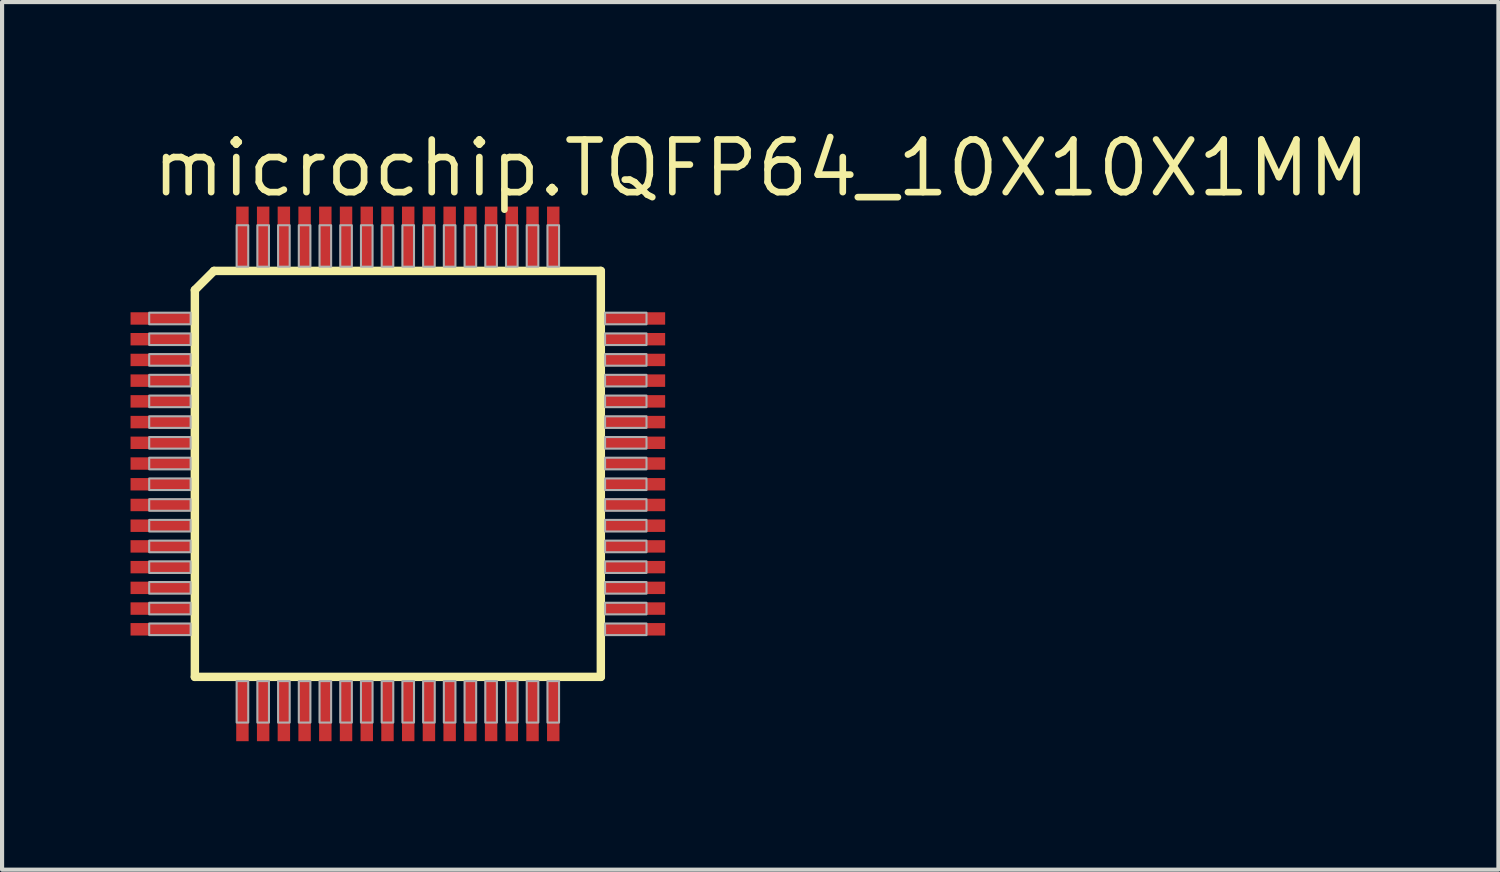
<source format=kicad_pcb>
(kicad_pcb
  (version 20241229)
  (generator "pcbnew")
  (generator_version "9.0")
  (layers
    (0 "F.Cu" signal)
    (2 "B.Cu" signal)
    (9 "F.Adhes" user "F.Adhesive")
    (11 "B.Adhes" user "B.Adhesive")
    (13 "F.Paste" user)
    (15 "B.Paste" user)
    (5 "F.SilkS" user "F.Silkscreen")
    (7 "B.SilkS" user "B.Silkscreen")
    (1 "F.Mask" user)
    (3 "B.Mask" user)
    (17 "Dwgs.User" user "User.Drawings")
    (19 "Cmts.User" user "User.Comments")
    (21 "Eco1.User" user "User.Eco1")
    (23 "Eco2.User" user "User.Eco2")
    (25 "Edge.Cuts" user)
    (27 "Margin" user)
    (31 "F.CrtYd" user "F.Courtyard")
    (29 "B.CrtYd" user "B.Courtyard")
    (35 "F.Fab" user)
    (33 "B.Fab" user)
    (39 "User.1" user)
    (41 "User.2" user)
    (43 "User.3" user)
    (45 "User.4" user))
  (footprint "microchip.TQFP64_10X10X1MM"
    (layer "F.Cu")
    (at 6.55 8.385)
    (property "Reference" "microchip.TQFP64_10X10X1MM" (at -6 -6.635 0) (layer "F.SilkS") (effects (font (size 1.27 1.27) (thickness 0.16)) (justify left bottom)))
    (attr smd)
    (fp_rect (start -6.525 -3.575) (end -4.9 -3.925) (stroke (width 0.05) (type default)) (fill yes) (layer "F.Mask"))
    (fp_rect (start -6.525 -3.075) (end -4.9 -3.425) (stroke (width 0.05) (type default)) (fill yes) (layer "F.Mask"))
    (fp_rect (start -6.525 -2.575) (end -4.9 -2.925) (stroke (width 0.05) (type default)) (fill yes) (layer "F.Mask"))
    (fp_rect (start -6.525 -2.075) (end -4.9 -2.425) (stroke (width 0.05) (type default)) (fill yes) (layer "F.Mask"))
    (fp_rect (start -6.525 -1.575) (end -4.9 -1.925) (stroke (width 0.05) (type default)) (fill yes) (layer "F.Mask"))
    (fp_rect (start -6.525 -1.075) (end -4.9 -1.425) (stroke (width 0.05) (type default)) (fill yes) (layer "F.Mask"))
    (fp_rect (start -6.525 -0.575) (end -4.9 -0.925) (stroke (width 0.05) (type default)) (fill yes) (layer "F.Mask"))
    (fp_rect (start -6.525 -0.075) (end -4.9 -0.425) (stroke (width 0.05) (type default)) (fill yes) (layer "F.Mask"))
    (fp_rect (start -6.525 0.425) (end -4.9 0.075) (stroke (width 0.05) (type default)) (fill yes) (layer "F.Mask"))
    (fp_rect (start -6.525 0.925) (end -4.9 0.575) (stroke (width 0.05) (type default)) (fill yes) (layer "F.Mask"))
    (fp_rect (start -6.525 1.425) (end -4.9 1.075) (stroke (width 0.05) (type default)) (fill yes) (layer "F.Mask"))
    (fp_rect (start -6.525 1.925) (end -4.9 1.575) (stroke (width 0.05) (type default)) (fill yes) (layer "F.Mask"))
    (fp_rect (start -6.525 2.425) (end -4.9 2.075) (stroke (width 0.05) (type default)) (fill yes) (layer "F.Mask"))
    (fp_rect (start -6.525 2.925) (end -4.9 2.575) (stroke (width 0.05) (type default)) (fill yes) (layer "F.Mask"))
    (fp_rect (start -6.525 3.425) (end -4.9 3.075) (stroke (width 0.05) (type default)) (fill yes) (layer "F.Mask"))
    (fp_rect (start -6.525 3.925) (end -4.9 3.575) (stroke (width 0.05) (type default)) (fill yes) (layer "F.Mask"))
    (fp_rect (start -3.925 -4.9) (end -3.575 -6.525) (stroke (width 0.05) (type default)) (fill yes) (layer "F.Mask"))
    (fp_rect (start -3.925 6.525) (end -3.575 4.9) (stroke (width 0.05) (type default)) (fill yes) (layer "F.Mask"))
    (fp_rect (start -3.425 -4.9) (end -3.075 -6.525) (stroke (width 0.05) (type default)) (fill yes) (layer "F.Mask"))
    (fp_rect (start -3.425 6.525) (end -3.075 4.9) (stroke (width 0.05) (type default)) (fill yes) (layer "F.Mask"))
    (fp_rect (start -2.925 -4.9) (end -2.575 -6.525) (stroke (width 0.05) (type default)) (fill yes) (layer "F.Mask"))
    (fp_rect (start -2.925 6.525) (end -2.575 4.9) (stroke (width 0.05) (type default)) (fill yes) (layer "F.Mask"))
    (fp_rect (start -2.425 -4.9) (end -2.075 -6.525) (stroke (width 0.05) (type default)) (fill yes) (layer "F.Mask"))
    (fp_rect (start -2.425 6.525) (end -2.075 4.9) (stroke (width 0.05) (type default)) (fill yes) (layer "F.Mask"))
    (fp_rect (start -1.925 -4.9) (end -1.575 -6.525) (stroke (width 0.05) (type default)) (fill yes) (layer "F.Mask"))
    (fp_rect (start -1.925 6.525) (end -1.575 4.9) (stroke (width 0.05) (type default)) (fill yes) (layer "F.Mask"))
    (fp_rect (start -1.425 -4.9) (end -1.075 -6.525) (stroke (width 0.05) (type default)) (fill yes) (layer "F.Mask"))
    (fp_rect (start -1.425 6.525) (end -1.075 4.9) (stroke (width 0.05) (type default)) (fill yes) (layer "F.Mask"))
    (fp_rect (start -0.925 -4.9) (end -0.575 -6.525) (stroke (width 0.05) (type default)) (fill yes) (layer "F.Mask"))
    (fp_rect (start -0.925 6.525) (end -0.575 4.9) (stroke (width 0.05) (type default)) (fill yes) (layer "F.Mask"))
    (fp_rect (start -0.425 -4.9) (end -0.075 -6.525) (stroke (width 0.05) (type default)) (fill yes) (layer "F.Mask"))
    (fp_rect (start -0.425 6.525) (end -0.075 4.9) (stroke (width 0.05) (type default)) (fill yes) (layer "F.Mask"))
    (fp_rect (start 0.075 -4.9) (end 0.425 -6.525) (stroke (width 0.05) (type default)) (fill yes) (layer "F.Mask"))
    (fp_rect (start 0.075 6.525) (end 0.425 4.9) (stroke (width 0.05) (type default)) (fill yes) (layer "F.Mask"))
    (fp_rect (start 0.575 -4.9) (end 0.925 -6.525) (stroke (width 0.05) (type default)) (fill yes) (layer "F.Mask"))
    (fp_rect (start 0.575 6.525) (end 0.925 4.9) (stroke (width 0.05) (type default)) (fill yes) (layer "F.Mask"))
    (fp_rect (start 1.075 -4.9) (end 1.425 -6.525) (stroke (width 0.05) (type default)) (fill yes) (layer "F.Mask"))
    (fp_rect (start 1.075 6.525) (end 1.425 4.9) (stroke (width 0.05) (type default)) (fill yes) (layer "F.Mask"))
    (fp_rect (start 1.575 -4.9) (end 1.925 -6.525) (stroke (width 0.05) (type default)) (fill yes) (layer "F.Mask"))
    (fp_rect (start 1.575 6.525) (end 1.925 4.9) (stroke (width 0.05) (type default)) (fill yes) (layer "F.Mask"))
    (fp_rect (start 2.075 -4.9) (end 2.425 -6.525) (stroke (width 0.05) (type default)) (fill yes) (layer "F.Mask"))
    (fp_rect (start 2.075 6.525) (end 2.425 4.9) (stroke (width 0.05) (type default)) (fill yes) (layer "F.Mask"))
    (fp_rect (start 2.575 -4.9) (end 2.925 -6.525) (stroke (width 0.05) (type default)) (fill yes) (layer "F.Mask"))
    (fp_rect (start 2.575 6.525) (end 2.925 4.9) (stroke (width 0.05) (type default)) (fill yes) (layer "F.Mask"))
    (fp_rect (start 3.075 -4.9) (end 3.425 -6.525) (stroke (width 0.05) (type default)) (fill yes) (layer "F.Mask"))
    (fp_rect (start 3.075 6.525) (end 3.425 4.9) (stroke (width 0.05) (type default)) (fill yes) (layer "F.Mask"))
    (fp_rect (start 3.575 -4.9) (end 3.925 -6.525) (stroke (width 0.05) (type default)) (fill yes) (layer "F.Mask"))
    (fp_rect (start 3.575 6.525) (end 3.925 4.9) (stroke (width 0.05) (type default)) (fill yes) (layer "F.Mask"))
    (fp_rect (start 4.9 -3.575) (end 6.525 -3.925) (stroke (width 0.05) (type default)) (fill yes) (layer "F.Mask"))
    (fp_rect (start 4.9 -3.075) (end 6.525 -3.425) (stroke (width 0.05) (type default)) (fill yes) (layer "F.Mask"))
    (fp_rect (start 4.9 -2.575) (end 6.525 -2.925) (stroke (width 0.05) (type default)) (fill yes) (layer "F.Mask"))
    (fp_rect (start 4.9 -2.075) (end 6.525 -2.425) (stroke (width 0.05) (type default)) (fill yes) (layer "F.Mask"))
    (fp_rect (start 4.9 -1.575) (end 6.525 -1.925) (stroke (width 0.05) (type default)) (fill yes) (layer "F.Mask"))
    (fp_rect (start 4.9 -1.075) (end 6.525 -1.425) (stroke (width 0.05) (type default)) (fill yes) (layer "F.Mask"))
    (fp_rect (start 4.9 -0.575) (end 6.525 -0.925) (stroke (width 0.05) (type default)) (fill yes) (layer "F.Mask"))
    (fp_rect (start 4.9 -0.075) (end 6.525 -0.425) (stroke (width 0.05) (type default)) (fill yes) (layer "F.Mask"))
    (fp_rect (start 4.9 0.425) (end 6.525 0.075) (stroke (width 0.05) (type default)) (fill yes) (layer "F.Mask"))
    (fp_rect (start 4.9 0.925) (end 6.525 0.575) (stroke (width 0.05) (type default)) (fill yes) (layer "F.Mask"))
    (fp_rect (start 4.9 1.425) (end 6.525 1.075) (stroke (width 0.05) (type default)) (fill yes) (layer "F.Mask"))
    (fp_rect (start 4.9 1.925) (end 6.525 1.575) (stroke (width 0.05) (type default)) (fill yes) (layer "F.Mask"))
    (fp_rect (start 4.9 2.425) (end 6.525 2.075) (stroke (width 0.05) (type default)) (fill yes) (layer "F.Mask"))
    (fp_rect (start 4.9 2.925) (end 6.525 2.575) (stroke (width 0.05) (type default)) (fill yes) (layer "F.Mask"))
    (fp_rect (start 4.9 3.425) (end 6.525 3.075) (stroke (width 0.05) (type default)) (fill yes) (layer "F.Mask"))
    (fp_rect (start 4.9 3.925) (end 6.525 3.575) (stroke (width 0.05) (type default)) (fill yes) (layer "F.Mask"))
    (fp_line (start -4.898 -4.437) (end -4.898 4.898) (stroke (width 0.203) (type default)) (layer "F.SilkS"))
    (fp_line (start -4.898 4.898) (end 4.898 4.898) (stroke (width 0.203) (type default)) (layer "F.SilkS"))
    (fp_line (start -4.437 -4.898) (end -4.898 -4.437) (stroke (width 0.203) (type default)) (layer "F.SilkS"))
    (fp_line (start 4.898 -4.898) (end -4.437 -4.898) (stroke (width 0.203) (type default)) (layer "F.SilkS"))
    (fp_line (start 4.898 4.898) (end 4.898 -4.898) (stroke (width 0.203) (type default)) (layer "F.SilkS"))
    (fp_rect (start -6 -3.61) (end -5 -3.89) (stroke (width 0.05) (type default)) (fill no) (layer "F.Fab"))
    (fp_rect (start -6 -3.11) (end -5 -3.39) (stroke (width 0.05) (type default)) (fill no) (layer "F.Fab"))
    (fp_rect (start -6 -2.61) (end -5 -2.89) (stroke (width 0.05) (type default)) (fill no) (layer "F.Fab"))
    (fp_rect (start -6 -2.11) (end -5 -2.39) (stroke (width 0.05) (type default)) (fill no) (layer "F.Fab"))
    (fp_rect (start -6 -1.61) (end -5 -1.89) (stroke (width 0.05) (type default)) (fill no) (layer "F.Fab"))
    (fp_rect (start -6 -1.11) (end -5 -1.39) (stroke (width 0.05) (type default)) (fill no) (layer "F.Fab"))
    (fp_rect (start -6 -0.61) (end -5 -0.89) (stroke (width 0.05) (type default)) (fill no) (layer "F.Fab"))
    (fp_rect (start -6 -0.11) (end -5 -0.39) (stroke (width 0.05) (type default)) (fill no) (layer "F.Fab"))
    (fp_rect (start -6 0.39) (end -5 0.11) (stroke (width 0.05) (type default)) (fill no) (layer "F.Fab"))
    (fp_rect (start -6 0.89) (end -5 0.61) (stroke (width 0.05) (type default)) (fill no) (layer "F.Fab"))
    (fp_rect (start -6 1.39) (end -5 1.11) (stroke (width 0.05) (type default)) (fill no) (layer "F.Fab"))
    (fp_rect (start -6 1.89) (end -5 1.61) (stroke (width 0.05) (type default)) (fill no) (layer "F.Fab"))
    (fp_rect (start -6 2.39) (end -5 2.11) (stroke (width 0.05) (type default)) (fill no) (layer "F.Fab"))
    (fp_rect (start -6 2.89) (end -5 2.61) (stroke (width 0.05) (type default)) (fill no) (layer "F.Fab"))
    (fp_rect (start -6 3.39) (end -5 3.11) (stroke (width 0.05) (type default)) (fill no) (layer "F.Fab"))
    (fp_rect (start -6 3.89) (end -5 3.61) (stroke (width 0.05) (type default)) (fill no) (layer "F.Fab"))
    (fp_rect (start -3.89 -5) (end -3.61 -6) (stroke (width 0.05) (type default)) (fill no) (layer "F.Fab"))
    (fp_rect (start -3.89 6) (end -3.61 5) (stroke (width 0.05) (type default)) (fill no) (layer "F.Fab"))
    (fp_rect (start -3.39 -5) (end -3.11 -6) (stroke (width 0.05) (type default)) (fill no) (layer "F.Fab"))
    (fp_rect (start -3.39 6) (end -3.11 5) (stroke (width 0.05) (type default)) (fill no) (layer "F.Fab"))
    (fp_rect (start -2.89 -5) (end -2.61 -6) (stroke (width 0.05) (type default)) (fill no) (layer "F.Fab"))
    (fp_rect (start -2.89 6) (end -2.61 5) (stroke (width 0.05) (type default)) (fill no) (layer "F.Fab"))
    (fp_rect (start -2.39 -5) (end -2.11 -6) (stroke (width 0.05) (type default)) (fill no) (layer "F.Fab"))
    (fp_rect (start -2.39 6) (end -2.11 5) (stroke (width 0.05) (type default)) (fill no) (layer "F.Fab"))
    (fp_rect (start -1.89 -5) (end -1.61 -6) (stroke (width 0.05) (type default)) (fill no) (layer "F.Fab"))
    (fp_rect (start -1.89 6) (end -1.61 5) (stroke (width 0.05) (type default)) (fill no) (layer "F.Fab"))
    (fp_rect (start -1.39 -5) (end -1.11 -6) (stroke (width 0.05) (type default)) (fill no) (layer "F.Fab"))
    (fp_rect (start -1.39 6) (end -1.11 5) (stroke (width 0.05) (type default)) (fill no) (layer "F.Fab"))
    (fp_rect (start -0.89 -5) (end -0.61 -6) (stroke (width 0.05) (type default)) (fill no) (layer "F.Fab"))
    (fp_rect (start -0.89 6) (end -0.61 5) (stroke (width 0.05) (type default)) (fill no) (layer "F.Fab"))
    (fp_rect (start -0.39 -5) (end -0.11 -6) (stroke (width 0.05) (type default)) (fill no) (layer "F.Fab"))
    (fp_rect (start -0.39 6) (end -0.11 5) (stroke (width 0.05) (type default)) (fill no) (layer "F.Fab"))
    (fp_rect (start 0.11 -5) (end 0.39 -6) (stroke (width 0.05) (type default)) (fill no) (layer "F.Fab"))
    (fp_rect (start 0.11 6) (end 0.39 5) (stroke (width 0.05) (type default)) (fill no) (layer "F.Fab"))
    (fp_rect (start 0.61 -5) (end 0.89 -6) (stroke (width 0.05) (type default)) (fill no) (layer "F.Fab"))
    (fp_rect (start 0.61 6) (end 0.89 5) (stroke (width 0.05) (type default)) (fill no) (layer "F.Fab"))
    (fp_rect (start 1.11 -5) (end 1.39 -6) (stroke (width 0.05) (type default)) (fill no) (layer "F.Fab"))
    (fp_rect (start 1.11 6) (end 1.39 5) (stroke (width 0.05) (type default)) (fill no) (layer "F.Fab"))
    (fp_rect (start 1.61 -5) (end 1.89 -6) (stroke (width 0.05) (type default)) (fill no) (layer "F.Fab"))
    (fp_rect (start 1.61 6) (end 1.89 5) (stroke (width 0.05) (type default)) (fill no) (layer "F.Fab"))
    (fp_rect (start 2.11 -5) (end 2.39 -6) (stroke (width 0.05) (type default)) (fill no) (layer "F.Fab"))
    (fp_rect (start 2.11 6) (end 2.39 5) (stroke (width 0.05) (type default)) (fill no) (layer "F.Fab"))
    (fp_rect (start 2.61 -5) (end 2.89 -6) (stroke (width 0.05) (type default)) (fill no) (layer "F.Fab"))
    (fp_rect (start 2.61 6) (end 2.89 5) (stroke (width 0.05) (type default)) (fill no) (layer "F.Fab"))
    (fp_rect (start 3.11 -5) (end 3.39 -6) (stroke (width 0.05) (type default)) (fill no) (layer "F.Fab"))
    (fp_rect (start 3.11 6) (end 3.39 5) (stroke (width 0.05) (type default)) (fill no) (layer "F.Fab"))
    (fp_rect (start 3.61 -5) (end 3.89 -6) (stroke (width 0.05) (type default)) (fill no) (layer "F.Fab"))
    (fp_rect (start 3.61 6) (end 3.89 5) (stroke (width 0.05) (type default)) (fill no) (layer "F.Fab"))
    (fp_rect (start 5 -3.61) (end 6 -3.89) (stroke (width 0.05) (type default)) (fill no) (layer "F.Fab"))
    (fp_rect (start 5 -3.11) (end 6 -3.39) (stroke (width 0.05) (type default)) (fill no) (layer "F.Fab"))
    (fp_rect (start 5 -2.61) (end 6 -2.89) (stroke (width 0.05) (type default)) (fill no) (layer "F.Fab"))
    (fp_rect (start 5 -2.11) (end 6 -2.39) (stroke (width 0.05) (type default)) (fill no) (layer "F.Fab"))
    (fp_rect (start 5 -1.61) (end 6 -1.89) (stroke (width 0.05) (type default)) (fill no) (layer "F.Fab"))
    (fp_rect (start 5 -1.11) (end 6 -1.39) (stroke (width 0.05) (type default)) (fill no) (layer "F.Fab"))
    (fp_rect (start 5 -0.61) (end 6 -0.89) (stroke (width 0.05) (type default)) (fill no) (layer "F.Fab"))
    (fp_rect (start 5 -0.11) (end 6 -0.39) (stroke (width 0.05) (type default)) (fill no) (layer "F.Fab"))
    (fp_rect (start 5 0.39) (end 6 0.11) (stroke (width 0.05) (type default)) (fill no) (layer "F.Fab"))
    (fp_rect (start 5 0.89) (end 6 0.61) (stroke (width 0.05) (type default)) (fill no) (layer "F.Fab"))
    (fp_rect (start 5 1.39) (end 6 1.11) (stroke (width 0.05) (type default)) (fill no) (layer "F.Fab"))
    (fp_rect (start 5 1.89) (end 6 1.61) (stroke (width 0.05) (type default)) (fill no) (layer "F.Fab"))
    (fp_rect (start 5 2.39) (end 6 2.11) (stroke (width 0.05) (type default)) (fill no) (layer "F.Fab"))
    (fp_rect (start 5 2.89) (end 6 2.61) (stroke (width 0.05) (type default)) (fill no) (layer "F.Fab"))
    (fp_rect (start 5 3.39) (end 6 3.11) (stroke (width 0.05) (type default)) (fill no) (layer "F.Fab"))
    (fp_rect (start 5 3.89) (end 6 3.61) (stroke (width 0.05) (type default)) (fill no) (layer "F.Fab"))
    (pad "1" smd roundrect (at -5.7 -3.75) (size 1.5 0.3) (layers "F.Cu" "F.Mask" "F.Paste") (roundrect_rratio 0.01))
    (pad "2" smd roundrect (at -5.7 -3.25) (size 1.5 0.3) (layers "F.Cu" "F.Mask" "F.Paste") (roundrect_rratio 0.01))
    (pad "3" smd roundrect (at -5.7 -2.75) (size 1.5 0.3) (layers "F.Cu" "F.Mask" "F.Paste") (roundrect_rratio 0.01))
    (pad "4" smd roundrect (at -5.7 -2.25) (size 1.5 0.3) (layers "F.Cu" "F.Mask" "F.Paste") (roundrect_rratio 0.01))
    (pad "5" smd roundrect (at -5.7 -1.75) (size 1.5 0.3) (layers "F.Cu" "F.Mask" "F.Paste") (roundrect_rratio 0.01))
    (pad "6" smd roundrect (at -5.7 -1.25) (size 1.5 0.3) (layers "F.Cu" "F.Mask" "F.Paste") (roundrect_rratio 0.01))
    (pad "7" smd roundrect (at -5.7 -0.75) (size 1.5 0.3) (layers "F.Cu" "F.Mask" "F.Paste") (roundrect_rratio 0.01))
    (pad "8" smd roundrect (at -5.7 -0.25) (size 1.5 0.3) (layers "F.Cu" "F.Mask" "F.Paste") (roundrect_rratio 0.01))
    (pad "9" smd roundrect (at -5.7 0.25) (size 1.5 0.3) (layers "F.Cu" "F.Mask" "F.Paste") (roundrect_rratio 0.01))
    (pad "10" smd roundrect (at -5.7 0.75) (size 1.5 0.3) (layers "F.Cu" "F.Mask" "F.Paste") (roundrect_rratio 0.01))
    (pad "11" smd roundrect (at -5.7 1.25) (size 1.5 0.3) (layers "F.Cu" "F.Mask" "F.Paste") (roundrect_rratio 0.01))
    (pad "12" smd roundrect (at -5.7 1.75) (size 1.5 0.3) (layers "F.Cu" "F.Mask" "F.Paste") (roundrect_rratio 0.01))
    (pad "13" smd roundrect (at -5.7 2.25) (size 1.5 0.3) (layers "F.Cu" "F.Mask" "F.Paste") (roundrect_rratio 0.01))
    (pad "14" smd roundrect (at -5.7 2.75) (size 1.5 0.3) (layers "F.Cu" "F.Mask" "F.Paste") (roundrect_rratio 0.01))
    (pad "15" smd roundrect (at -5.7 3.25) (size 1.5 0.3) (layers "F.Cu" "F.Mask" "F.Paste") (roundrect_rratio 0.01))
    (pad "16" smd roundrect (at -5.7 3.75) (size 1.5 0.3) (layers "F.Cu" "F.Mask" "F.Paste") (roundrect_rratio 0.01))
    (pad "17" smd roundrect (at -3.75 5.7) (size 0.3 1.5) (layers "F.Cu" "F.Mask" "F.Paste") (roundrect_rratio 0.01))
    (pad "18" smd roundrect (at -3.25 5.7) (size 0.3 1.5) (layers "F.Cu" "F.Mask" "F.Paste") (roundrect_rratio 0.01))
    (pad "19" smd roundrect (at -2.75 5.7) (size 0.3 1.5) (layers "F.Cu" "F.Mask" "F.Paste") (roundrect_rratio 0.01))
    (pad "20" smd roundrect (at -2.25 5.7) (size 0.3 1.5) (layers "F.Cu" "F.Mask" "F.Paste") (roundrect_rratio 0.01))
    (pad "21" smd roundrect (at -1.75 5.7) (size 0.3 1.5) (layers "F.Cu" "F.Mask" "F.Paste") (roundrect_rratio 0.01))
    (pad "22" smd roundrect (at -1.25 5.7) (size 0.3 1.5) (layers "F.Cu" "F.Mask" "F.Paste") (roundrect_rratio 0.01))
    (pad "23" smd roundrect (at -0.75 5.7) (size 0.3 1.5) (layers "F.Cu" "F.Mask" "F.Paste") (roundrect_rratio 0.01))
    (pad "24" smd roundrect (at -0.25 5.7) (size 0.3 1.5) (layers "F.Cu" "F.Mask" "F.Paste") (roundrect_rratio 0.01))
    (pad "25" smd roundrect (at 0.25 5.7) (size 0.3 1.5) (layers "F.Cu" "F.Mask" "F.Paste") (roundrect_rratio 0.01))
    (pad "26" smd roundrect (at 0.75 5.7) (size 0.3 1.5) (layers "F.Cu" "F.Mask" "F.Paste") (roundrect_rratio 0.01))
    (pad "27" smd roundrect (at 1.25 5.7) (size 0.3 1.5) (layers "F.Cu" "F.Mask" "F.Paste") (roundrect_rratio 0.01))
    (pad "28" smd roundrect (at 1.75 5.7) (size 0.3 1.5) (layers "F.Cu" "F.Mask" "F.Paste") (roundrect_rratio 0.01))
    (pad "29" smd roundrect (at 2.25 5.7) (size 0.3 1.5) (layers "F.Cu" "F.Mask" "F.Paste") (roundrect_rratio 0.01))
    (pad "30" smd roundrect (at 2.75 5.7) (size 0.3 1.5) (layers "F.Cu" "F.Mask" "F.Paste") (roundrect_rratio 0.01))
    (pad "31" smd roundrect (at 3.25 5.7) (size 0.3 1.5) (layers "F.Cu" "F.Mask" "F.Paste") (roundrect_rratio 0.01))
    (pad "32" smd roundrect (at 3.75 5.7) (size 0.3 1.5) (layers "F.Cu" "F.Mask" "F.Paste") (roundrect_rratio 0.01))
    (pad "33" smd roundrect (at 5.7 3.75) (size 1.5 0.3) (layers "F.Cu" "F.Mask" "F.Paste") (roundrect_rratio 0.01))
    (pad "34" smd roundrect (at 5.7 3.25) (size 1.5 0.3) (layers "F.Cu" "F.Mask" "F.Paste") (roundrect_rratio 0.01))
    (pad "35" smd roundrect (at 5.7 2.75) (size 1.5 0.3) (layers "F.Cu" "F.Mask" "F.Paste") (roundrect_rratio 0.01))
    (pad "36" smd roundrect (at 5.7 2.25) (size 1.5 0.3) (layers "F.Cu" "F.Mask" "F.Paste") (roundrect_rratio 0.01))
    (pad "37" smd roundrect (at 5.7 1.75) (size 1.5 0.3) (layers "F.Cu" "F.Mask" "F.Paste") (roundrect_rratio 0.01))
    (pad "38" smd roundrect (at 5.7 1.25) (size 1.5 0.3) (layers "F.Cu" "F.Mask" "F.Paste") (roundrect_rratio 0.01))
    (pad "39" smd roundrect (at 5.7 0.75) (size 1.5 0.3) (layers "F.Cu" "F.Mask" "F.Paste") (roundrect_rratio 0.01))
    (pad "40" smd roundrect (at 5.7 0.25) (size 1.5 0.3) (layers "F.Cu" "F.Mask" "F.Paste") (roundrect_rratio 0.01))
    (pad "41" smd roundrect (at 5.7 -0.25) (size 1.5 0.3) (layers "F.Cu" "F.Mask" "F.Paste") (roundrect_rratio 0.01))
    (pad "42" smd roundrect (at 5.7 -0.75) (size 1.5 0.3) (layers "F.Cu" "F.Mask" "F.Paste") (roundrect_rratio 0.01))
    (pad "43" smd roundrect (at 5.7 -1.25) (size 1.5 0.3) (layers "F.Cu" "F.Mask" "F.Paste") (roundrect_rratio 0.01))
    (pad "44" smd roundrect (at 5.7 -1.75) (size 1.5 0.3) (layers "F.Cu" "F.Mask" "F.Paste") (roundrect_rratio 0.01))
    (pad "45" smd roundrect (at 5.7 -2.25) (size 1.5 0.3) (layers "F.Cu" "F.Mask" "F.Paste") (roundrect_rratio 0.01))
    (pad "46" smd roundrect (at 5.7 -2.75) (size 1.5 0.3) (layers "F.Cu" "F.Mask" "F.Paste") (roundrect_rratio 0.01))
    (pad "47" smd roundrect (at 5.7 -3.25) (size 1.5 0.3) (layers "F.Cu" "F.Mask" "F.Paste") (roundrect_rratio 0.01))
    (pad "48" smd roundrect (at 5.7 -3.75) (size 1.5 0.3) (layers "F.Cu" "F.Mask" "F.Paste") (roundrect_rratio 0.01))
    (pad "49" smd roundrect (at 3.75 -5.7) (size 0.3 1.5) (layers "F.Cu" "F.Mask" "F.Paste") (roundrect_rratio 0.01))
    (pad "50" smd roundrect (at 3.25 -5.7) (size 0.3 1.5) (layers "F.Cu" "F.Mask" "F.Paste") (roundrect_rratio 0.01))
    (pad "51" smd roundrect (at 2.75 -5.7) (size 0.3 1.5) (layers "F.Cu" "F.Mask" "F.Paste") (roundrect_rratio 0.01))
    (pad "52" smd roundrect (at 2.25 -5.7) (size 0.3 1.5) (layers "F.Cu" "F.Mask" "F.Paste") (roundrect_rratio 0.01))
    (pad "53" smd roundrect (at 1.75 -5.7) (size 0.3 1.5) (layers "F.Cu" "F.Mask" "F.Paste") (roundrect_rratio 0.01))
    (pad "54" smd roundrect (at 1.25 -5.7) (size 0.3 1.5) (layers "F.Cu" "F.Mask" "F.Paste") (roundrect_rratio 0.01))
    (pad "55" smd roundrect (at 0.75 -5.7) (size 0.3 1.5) (layers "F.Cu" "F.Mask" "F.Paste") (roundrect_rratio 0.01))
    (pad "56" smd roundrect (at 0.25 -5.7) (size 0.3 1.5) (layers "F.Cu" "F.Mask" "F.Paste") (roundrect_rratio 0.01))
    (pad "57" smd roundrect (at -0.25 -5.7) (size 0.3 1.5) (layers "F.Cu" "F.Mask" "F.Paste") (roundrect_rratio 0.01))
    (pad "58" smd roundrect (at -0.75 -5.7) (size 0.3 1.5) (layers "F.Cu" "F.Mask" "F.Paste") (roundrect_rratio 0.01))
    (pad "59" smd roundrect (at -1.25 -5.7) (size 0.3 1.5) (layers "F.Cu" "F.Mask" "F.Paste") (roundrect_rratio 0.01))
    (pad "60" smd roundrect (at -1.75 -5.7) (size 0.3 1.5) (layers "F.Cu" "F.Mask" "F.Paste") (roundrect_rratio 0.01))
    (pad "61" smd roundrect (at -2.25 -5.7) (size 0.3 1.5) (layers "F.Cu" "F.Mask" "F.Paste") (roundrect_rratio 0.01))
    (pad "62" smd roundrect (at -2.75 -5.7) (size 0.3 1.5) (layers "F.Cu" "F.Mask" "F.Paste") (roundrect_rratio 0.01))
    (pad "63" smd roundrect (at -3.25 -5.7) (size 0.3 1.5) (layers "F.Cu" "F.Mask" "F.Paste") (roundrect_rratio 0.01))
    (pad "64" smd roundrect (at -3.75 -5.7) (size 0.3 1.5) (layers "F.Cu" "F.Mask" "F.Paste") (roundrect_rratio 0.01)))
  (gr_rect
    (start -3 -3)
    (end 33.107 17.935)
    (stroke (width 0.1) (type default))
    (fill no)
    (layer "Edge.Cuts")))
</source>
